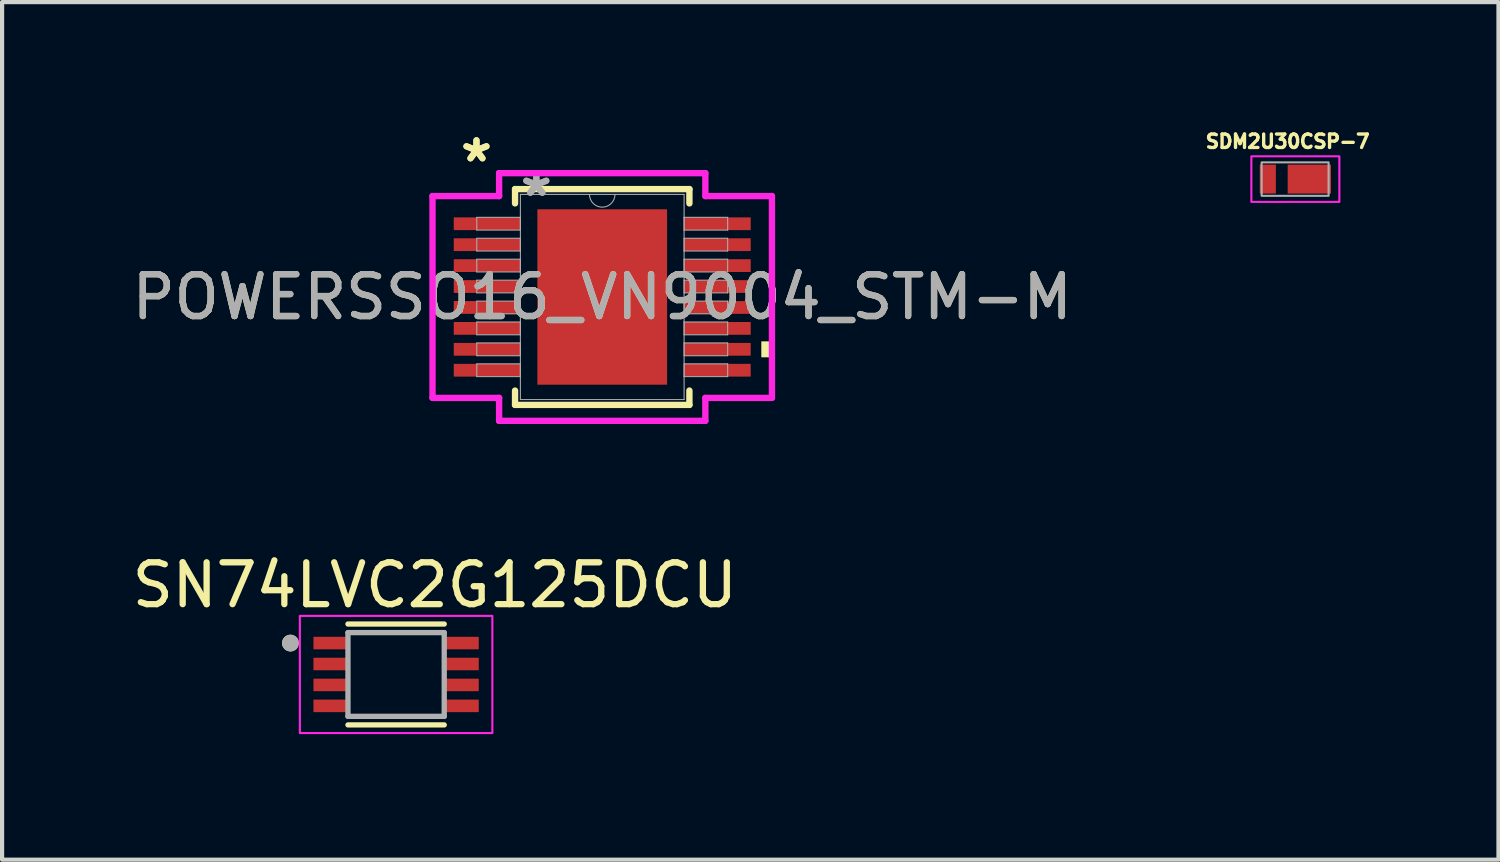
<source format=kicad_pcb>
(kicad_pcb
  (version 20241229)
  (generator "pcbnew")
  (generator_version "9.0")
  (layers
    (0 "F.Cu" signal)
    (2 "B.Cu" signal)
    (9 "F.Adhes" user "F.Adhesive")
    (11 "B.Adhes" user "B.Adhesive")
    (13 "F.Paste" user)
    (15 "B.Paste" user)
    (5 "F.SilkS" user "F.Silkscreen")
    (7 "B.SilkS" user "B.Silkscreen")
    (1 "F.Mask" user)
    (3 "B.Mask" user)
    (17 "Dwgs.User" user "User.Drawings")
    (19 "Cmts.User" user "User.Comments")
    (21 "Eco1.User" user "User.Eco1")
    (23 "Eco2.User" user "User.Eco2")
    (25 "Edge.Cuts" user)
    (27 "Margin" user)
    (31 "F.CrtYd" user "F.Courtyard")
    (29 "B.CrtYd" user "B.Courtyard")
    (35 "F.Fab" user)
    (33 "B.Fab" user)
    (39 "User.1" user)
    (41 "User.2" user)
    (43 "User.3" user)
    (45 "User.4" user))
  (footprint "SDM2U30CSP-7"
    (layer "F.Cu")
    (at 27.916 1.229)
    (property "Reference" "SDM2U30CSP-7" (at -0.2 -0.9 0) (layer "F.SilkS") (effects (font (size 0.321 0.321) (thickness 0.08))))
    (attr smd)
    (fp_rect (start -1.067 -0.545) (end 1.035 0.545) (stroke (width 0.05) (type solid)) (fill no) (layer "F.CrtYd"))
    (fp_rect (start 0.778 0.4) (end -0.822 -0.4) (stroke (width 0.05) (type solid)) (fill no) (layer "F.Fab"))
    (pad "1" smd rect (at -0.674 0) (size 0.385 0.69) (layers "F.Cu" "F.Mask" "F.Paste"))
    (pad "2" smd rect (at 0.318 0) (size 1.035 0.69) (layers "F.Cu" "F.Mask" "F.Paste")))
  (footprint "SN74LVC2G125DCU"
    (layer "F.Cu")
    (at 6.414 13.065)
    (property "Reference" "SN74LVC2G125DCU" (at 0.925 -2.135 0) (layer "F.SilkS") (effects (font (size 1 1) (thickness 0.15))))
    (attr smd)
    (fp_line (start -1.15 -1.205) (end 1.15 -1.205) (stroke (width 0.127) (type solid)) (layer "F.SilkS"))
    (fp_line (start -1.15 1.205) (end 1.15 1.205) (stroke (width 0.127) (type solid)) (layer "F.SilkS"))
    (fp_circle (center -2.525 -0.75) (end -2.425 -0.75) (stroke (width 0.2) (type solid)) (fill no) (layer "F.SilkS"))
    (fp_rect (start -2.3 -1.4) (end 2.3 1.4) (stroke (width 0.05) (type default)) (fill no) (layer "F.CrtYd"))
    (fp_line (start -1.15 -1) (end -1.15 1) (stroke (width 0.127) (type solid)) (layer "F.Fab"))
    (fp_line (start -1.15 -1) (end 1.15 -1) (stroke (width 0.127) (type solid)) (layer "F.Fab"))
    (fp_line (start -1.15 1) (end 1.15 1) (stroke (width 0.127) (type solid)) (layer "F.Fab"))
    (fp_line (start 1.15 -1) (end 1.15 1) (stroke (width 0.127) (type solid)) (layer "F.Fab"))
    (fp_circle (center -2.525 -0.75) (end -2.425 -0.75) (stroke (width 0.2) (type solid)) (fill no) (layer "F.Fab"))
    (pad "1" smd roundrect (at -1.55 -0.75) (size 0.85 0.3) (layers "F.Cu" "F.Mask" "F.Paste") (roundrect_rratio 0.03))
    (pad "2" smd roundrect (at -1.55 -0.25) (size 0.85 0.3) (layers "F.Cu" "F.Mask" "F.Paste") (roundrect_rratio 0.03))
    (pad "3" smd roundrect (at -1.55 0.25) (size 0.85 0.3) (layers "F.Cu" "F.Mask" "F.Paste") (roundrect_rratio 0.03))
    (pad "4" smd roundrect (at -1.55 0.75) (size 0.85 0.3) (layers "F.Cu" "F.Mask" "F.Paste") (roundrect_rratio 0.03))
    (pad "5" smd roundrect (at 1.55 0.75) (size 0.85 0.3) (layers "F.Cu" "F.Mask" "F.Paste") (roundrect_rratio 0.03))
    (pad "6" smd roundrect (at 1.55 0.25) (size 0.85 0.3) (layers "F.Cu" "F.Mask" "F.Paste") (roundrect_rratio 0.03))
    (pad "7" smd roundrect (at 1.55 -0.25) (size 0.85 0.3) (layers "F.Cu" "F.Mask" "F.Paste") (roundrect_rratio 0.03))
    (pad "8" smd roundrect (at 1.55 -0.75) (size 0.85 0.3) (layers "F.Cu" "F.Mask" "F.Paste") (roundrect_rratio 0.03)))
  (footprint "POWERSSO16_VN9004_STM-M"
    (layer "F.Cu")
    (at 11.339 4.046)
    (property "Reference" "POWERSSO16_VN9004_STM-M" (at 0 0 0) (unlocked yes) (layer "F.SilkS") (effects (font (size 1 1) (thickness 0.15))))
    (attr smd)
    (fp_line (start -2.083 -2.578) (end -2.083 -2.236) (stroke (width 0.152) (type solid)) (layer "F.SilkS"))
    (fp_line (start -2.083 2.236) (end -2.083 2.578) (stroke (width 0.152) (type solid)) (layer "F.SilkS"))
    (fp_line (start -2.083 2.578) (end 2.083 2.578) (stroke (width 0.152) (type solid)) (layer "F.SilkS"))
    (fp_line (start 2.083 -2.578) (end -2.083 -2.578) (stroke (width 0.152) (type solid)) (layer "F.SilkS"))
    (fp_line (start 2.083 -2.236) (end 2.083 -2.578) (stroke (width 0.152) (type solid)) (layer "F.SilkS"))
    (fp_line (start 2.083 2.578) (end 2.083 2.236) (stroke (width 0.152) (type solid)) (layer "F.SilkS"))
    (fp_poly (pts (xy 4.055 1.06) (xy 4.055 1.441) (xy 3.801 1.441) (xy 3.801 1.06)) (stroke (width 0) (type solid)) (fill yes) (layer "F.SilkS"))
    (fp_poly (pts (xy -1.449 -1.996) (xy -1.449 -0.798) (xy -0.1 -0.798) (xy -0.1 -1.996)) (stroke (width 0) (type solid)) (fill yes) (layer "F.Paste"))
    (fp_poly (pts (xy -1.449 -0.599) (xy -1.449 0.599) (xy -0.1 0.599) (xy -0.1 -0.599)) (stroke (width 0) (type solid)) (fill yes) (layer "F.Paste"))
    (fp_poly (pts (xy -1.449 0.798) (xy -1.449 1.996) (xy -0.1 1.996) (xy -0.1 0.798)) (stroke (width 0) (type solid)) (fill yes) (layer "F.Paste"))
    (fp_poly (pts (xy 0.1 -1.996) (xy 0.1 -0.798) (xy 1.449 -0.798) (xy 1.449 -1.996)) (stroke (width 0) (type solid)) (fill yes) (layer "F.Paste"))
    (fp_poly (pts (xy 0.1 -0.599) (xy 0.1 0.599) (xy 1.449 0.599) (xy 1.449 -0.599)) (stroke (width 0) (type solid)) (fill yes) (layer "F.Paste"))
    (fp_poly (pts (xy 0.1 0.798) (xy 0.1 1.996) (xy 1.449 1.996) (xy 1.449 0.798)) (stroke (width 0) (type solid)) (fill yes) (layer "F.Paste"))
    (fp_line (start -4.055 -2.411) (end -2.464 -2.411) (stroke (width 0.152) (type solid)) (layer "F.CrtYd"))
    (fp_line (start -4.055 2.411) (end -4.055 -2.411) (stroke (width 0.152) (type solid)) (layer "F.CrtYd"))
    (fp_line (start -4.055 2.411) (end -2.464 2.411) (stroke (width 0.152) (type solid)) (layer "F.CrtYd"))
    (fp_line (start -2.464 -2.959) (end 2.464 -2.959) (stroke (width 0.152) (type solid)) (layer "F.CrtYd"))
    (fp_line (start -2.464 -2.411) (end -2.464 -2.959) (stroke (width 0.152) (type solid)) (layer "F.CrtYd"))
    (fp_line (start -2.464 2.959) (end -2.464 2.411) (stroke (width 0.152) (type solid)) (layer "F.CrtYd"))
    (fp_line (start 2.464 -2.959) (end 2.464 -2.411) (stroke (width 0.152) (type solid)) (layer "F.CrtYd"))
    (fp_line (start 2.464 2.411) (end 2.464 2.959) (stroke (width 0.152) (type solid)) (layer "F.CrtYd"))
    (fp_line (start 2.464 2.959) (end -2.464 2.959) (stroke (width 0.152) (type solid)) (layer "F.CrtYd"))
    (fp_line (start 4.055 -2.411) (end 2.464 -2.411) (stroke (width 0.152) (type solid)) (layer "F.CrtYd"))
    (fp_line (start 4.055 -2.411) (end 4.055 2.411) (stroke (width 0.152) (type solid)) (layer "F.CrtYd"))
    (fp_line (start 4.055 2.411) (end 2.464 2.411) (stroke (width 0.152) (type solid)) (layer "F.CrtYd"))
    (fp_line (start -2.997 -1.903) (end -2.997 -1.598) (stroke (width 0.025) (type solid)) (layer "F.Fab"))
    (fp_line (start -2.997 -1.598) (end -1.956 -1.598) (stroke (width 0.025) (type solid)) (layer "F.Fab"))
    (fp_line (start -2.997 -1.403) (end -2.997 -1.098) (stroke (width 0.025) (type solid)) (layer "F.Fab"))
    (fp_line (start -2.997 -1.098) (end -1.956 -1.098) (stroke (width 0.025) (type solid)) (layer "F.Fab"))
    (fp_line (start -2.997 -0.903) (end -2.997 -0.598) (stroke (width 0.025) (type solid)) (layer "F.Fab"))
    (fp_line (start -2.997 -0.598) (end -1.956 -0.598) (stroke (width 0.025) (type solid)) (layer "F.Fab"))
    (fp_line (start -2.997 -0.402) (end -2.997 -0.098) (stroke (width 0.025) (type solid)) (layer "F.Fab"))
    (fp_line (start -2.997 -0.098) (end -1.956 -0.098) (stroke (width 0.025) (type solid)) (layer "F.Fab"))
    (fp_line (start -2.997 0.098) (end -2.997 0.402) (stroke (width 0.025) (type solid)) (layer "F.Fab"))
    (fp_line (start -2.997 0.402) (end -1.956 0.402) (stroke (width 0.025) (type solid)) (layer "F.Fab"))
    (fp_line (start -2.997 0.598) (end -2.997 0.903) (stroke (width 0.025) (type solid)) (layer "F.Fab"))
    (fp_line (start -2.997 0.903) (end -1.956 0.903) (stroke (width 0.025) (type solid)) (layer "F.Fab"))
    (fp_line (start -2.997 1.098) (end -2.997 1.403) (stroke (width 0.025) (type solid)) (layer "F.Fab"))
    (fp_line (start -2.997 1.403) (end -1.956 1.403) (stroke (width 0.025) (type solid)) (layer "F.Fab"))
    (fp_line (start -2.997 1.598) (end -2.997 1.903) (stroke (width 0.025) (type solid)) (layer "F.Fab"))
    (fp_line (start -2.997 1.903) (end -1.956 1.903) (stroke (width 0.025) (type solid)) (layer "F.Fab"))
    (fp_line (start -1.956 -2.451) (end -1.956 2.451) (stroke (width 0.025) (type solid)) (layer "F.Fab"))
    (fp_line (start -1.956 -1.903) (end -2.997 -1.903) (stroke (width 0.025) (type solid)) (layer "F.Fab"))
    (fp_line (start -1.956 -1.598) (end -1.956 -1.903) (stroke (width 0.025) (type solid)) (layer "F.Fab"))
    (fp_line (start -1.956 -1.403) (end -2.997 -1.403) (stroke (width 0.025) (type solid)) (layer "F.Fab"))
    (fp_line (start -1.956 -1.098) (end -1.956 -1.403) (stroke (width 0.025) (type solid)) (layer "F.Fab"))
    (fp_line (start -1.956 -0.903) (end -2.997 -0.903) (stroke (width 0.025) (type solid)) (layer "F.Fab"))
    (fp_line (start -1.956 -0.598) (end -1.956 -0.903) (stroke (width 0.025) (type solid)) (layer "F.Fab"))
    (fp_line (start -1.956 -0.402) (end -2.997 -0.402) (stroke (width 0.025) (type solid)) (layer "F.Fab"))
    (fp_line (start -1.956 -0.098) (end -1.956 -0.402) (stroke (width 0.025) (type solid)) (layer "F.Fab"))
    (fp_line (start -1.956 0.098) (end -2.997 0.098) (stroke (width 0.025) (type solid)) (layer "F.Fab"))
    (fp_line (start -1.956 0.402) (end -1.956 0.098) (stroke (width 0.025) (type solid)) (layer "F.Fab"))
    (fp_line (start -1.956 0.598) (end -2.997 0.598) (stroke (width 0.025) (type solid)) (layer "F.Fab"))
    (fp_line (start -1.956 0.903) (end -1.956 0.598) (stroke (width 0.025) (type solid)) (layer "F.Fab"))
    (fp_line (start -1.956 1.098) (end -2.997 1.098) (stroke (width 0.025) (type solid)) (layer "F.Fab"))
    (fp_line (start -1.956 1.403) (end -1.956 1.098) (stroke (width 0.025) (type solid)) (layer "F.Fab"))
    (fp_line (start -1.956 1.598) (end -2.997 1.598) (stroke (width 0.025) (type solid)) (layer "F.Fab"))
    (fp_line (start -1.956 1.903) (end -1.956 1.598) (stroke (width 0.025) (type solid)) (layer "F.Fab"))
    (fp_line (start -1.956 2.451) (end 1.956 2.451) (stroke (width 0.025) (type solid)) (layer "F.Fab"))
    (fp_line (start 1.956 -2.451) (end -1.956 -2.451) (stroke (width 0.025) (type solid)) (layer "F.Fab"))
    (fp_line (start 1.956 -1.903) (end 1.956 -1.598) (stroke (width 0.025) (type solid)) (layer "F.Fab"))
    (fp_line (start 1.956 -1.598) (end 2.997 -1.598) (stroke (width 0.025) (type solid)) (layer "F.Fab"))
    (fp_line (start 1.956 -1.403) (end 1.956 -1.098) (stroke (width 0.025) (type solid)) (layer "F.Fab"))
    (fp_line (start 1.956 -1.098) (end 2.997 -1.098) (stroke (width 0.025) (type solid)) (layer "F.Fab"))
    (fp_line (start 1.956 -0.903) (end 1.956 -0.598) (stroke (width 0.025) (type solid)) (layer "F.Fab"))
    (fp_line (start 1.956 -0.598) (end 2.997 -0.598) (stroke (width 0.025) (type solid)) (layer "F.Fab"))
    (fp_line (start 1.956 -0.402) (end 1.956 -0.098) (stroke (width 0.025) (type solid)) (layer "F.Fab"))
    (fp_line (start 1.956 -0.098) (end 2.997 -0.098) (stroke (width 0.025) (type solid)) (layer "F.Fab"))
    (fp_line (start 1.956 0.098) (end 1.956 0.402) (stroke (width 0.025) (type solid)) (layer "F.Fab"))
    (fp_line (start 1.956 0.402) (end 2.997 0.402) (stroke (width 0.025) (type solid)) (layer "F.Fab"))
    (fp_line (start 1.956 0.598) (end 1.956 0.903) (stroke (width 0.025) (type solid)) (layer "F.Fab"))
    (fp_line (start 1.956 0.903) (end 2.997 0.903) (stroke (width 0.025) (type solid)) (layer "F.Fab"))
    (fp_line (start 1.956 1.098) (end 1.956 1.403) (stroke (width 0.025) (type solid)) (layer "F.Fab"))
    (fp_line (start 1.956 1.403) (end 2.997 1.403) (stroke (width 0.025) (type solid)) (layer "F.Fab"))
    (fp_line (start 1.956 1.598) (end 1.956 1.903) (stroke (width 0.025) (type solid)) (layer "F.Fab"))
    (fp_line (start 1.956 1.903) (end 2.997 1.903) (stroke (width 0.025) (type solid)) (layer "F.Fab"))
    (fp_line (start 1.956 2.451) (end 1.956 -2.451) (stroke (width 0.025) (type solid)) (layer "F.Fab"))
    (fp_line (start 2.997 -1.903) (end 1.956 -1.903) (stroke (width 0.025) (type solid)) (layer "F.Fab"))
    (fp_line (start 2.997 -1.598) (end 2.997 -1.903) (stroke (width 0.025) (type solid)) (layer "F.Fab"))
    (fp_line (start 2.997 -1.403) (end 1.956 -1.403) (stroke (width 0.025) (type solid)) (layer "F.Fab"))
    (fp_line (start 2.997 -1.098) (end 2.997 -1.403) (stroke (width 0.025) (type solid)) (layer "F.Fab"))
    (fp_line (start 2.997 -0.903) (end 1.956 -0.903) (stroke (width 0.025) (type solid)) (layer "F.Fab"))
    (fp_line (start 2.997 -0.598) (end 2.997 -0.903) (stroke (width 0.025) (type solid)) (layer "F.Fab"))
    (fp_line (start 2.997 -0.402) (end 1.956 -0.402) (stroke (width 0.025) (type solid)) (layer "F.Fab"))
    (fp_line (start 2.997 -0.098) (end 2.997 -0.402) (stroke (width 0.025) (type solid)) (layer "F.Fab"))
    (fp_line (start 2.997 0.098) (end 1.956 0.098) (stroke (width 0.025) (type solid)) (layer "F.Fab"))
    (fp_line (start 2.997 0.402) (end 2.997 0.098) (stroke (width 0.025) (type solid)) (layer "F.Fab"))
    (fp_line (start 2.997 0.598) (end 1.956 0.598) (stroke (width 0.025) (type solid)) (layer "F.Fab"))
    (fp_line (start 2.997 0.903) (end 2.997 0.598) (stroke (width 0.025) (type solid)) (layer "F.Fab"))
    (fp_line (start 2.997 1.098) (end 1.956 1.098) (stroke (width 0.025) (type solid)) (layer "F.Fab"))
    (fp_line (start 2.997 1.403) (end 2.997 1.098) (stroke (width 0.025) (type solid)) (layer "F.Fab"))
    (fp_line (start 2.997 1.598) (end 1.956 1.598) (stroke (width 0.025) (type solid)) (layer "F.Fab"))
    (fp_line (start 2.997 1.903) (end 2.997 1.598) (stroke (width 0.025) (type solid)) (layer "F.Fab"))
    (fp_arc (start 0.3048 -2.4511) (mid 0 -2.1463) (end -0.3048 -2.4511) (stroke (width 0.0254) (type solid)) (layer "F.Fab"))
    (fp_text user "*" (at -3.005 -3.198 0) (unlocked yes) (layer "F.SilkS") (effects (font (size 1 1) (thickness 0.15))))
    (fp_text user "*" (at -3.005 -3.198 0) (layer "F.SilkS") (effects (font (size 1 1) (thickness 0.15))))
    (fp_text user "*" (at -1.575 -2.375 0) (unlocked yes) (layer "F.Fab") (effects (font (size 1 1) (thickness 0.15))))
    (fp_text user "*" (at -1.575 -2.375 0) (layer "F.Fab") (effects (font (size 1 1) (thickness 0.15))))
    (fp_text user "${REFERENCE}" (at 0 0 0) (unlocked yes) (layer "F.Fab") (effects (font (size 1 1) (thickness 0.15))))
    (pad "1" smd rect (at -2.752 -1.75) (size 1.591 0.305) (layers "F.Cu" "F.Mask" "F.Paste"))
    (pad "2" smd rect (at -2.752 -1.25) (size 1.591 0.305) (layers "F.Cu" "F.Mask" "F.Paste"))
    (pad "3" smd rect (at -2.752 -0.75) (size 1.591 0.305) (layers "F.Cu" "F.Mask" "F.Paste"))
    (pad "4" smd rect (at -2.752 -0.25) (size 1.591 0.305) (layers "F.Cu" "F.Mask" "F.Paste"))
    (pad "5" smd rect (at -2.752 0.25) (size 1.591 0.305) (layers "F.Cu" "F.Mask" "F.Paste"))
    (pad "6" smd rect (at -2.752 0.75) (size 1.591 0.305) (layers "F.Cu" "F.Mask" "F.Paste"))
    (pad "7" smd rect (at -2.752 1.25) (size 1.591 0.305) (layers "F.Cu" "F.Mask" "F.Paste"))
    (pad "8" smd rect (at -2.752 1.75) (size 1.591 0.305) (layers "F.Cu" "F.Mask" "F.Paste"))
    (pad "9" smd rect (at 2.752 1.75) (size 1.591 0.305) (layers "F.Cu" "F.Mask" "F.Paste"))
    (pad "10" smd rect (at 2.752 1.25) (size 1.591 0.305) (layers "F.Cu" "F.Mask" "F.Paste"))
    (pad "11" smd rect (at 2.752 0.75) (size 1.591 0.305) (layers "F.Cu" "F.Mask" "F.Paste"))
    (pad "12" smd rect (at 2.752 0.25) (size 1.591 0.305) (layers "F.Cu" "F.Mask" "F.Paste"))
    (pad "13" smd rect (at 2.752 -0.25) (size 1.591 0.305) (layers "F.Cu" "F.Mask" "F.Paste"))
    (pad "14" smd rect (at 2.752 -0.75) (size 1.591 0.305) (layers "F.Cu" "F.Mask" "F.Paste"))
    (pad "15" smd rect (at 2.752 -1.25) (size 1.591 0.305) (layers "F.Cu" "F.Mask" "F.Paste"))
    (pad "16" smd rect (at 2.752 -1.75) (size 1.591 0.305) (layers "F.Cu" "F.Mask" "F.Paste"))
    (pad "EPAD" smd rect (at 0 0) (size 3.099 4.191) (layers "F.Cu" "F.Mask")))
  (gr_rect
    (start -3 -3)
    (end 32.753 17.49)
    (stroke (width 0.1) (type default))
    (fill no)
    (layer "Edge.Cuts")))
</source>
